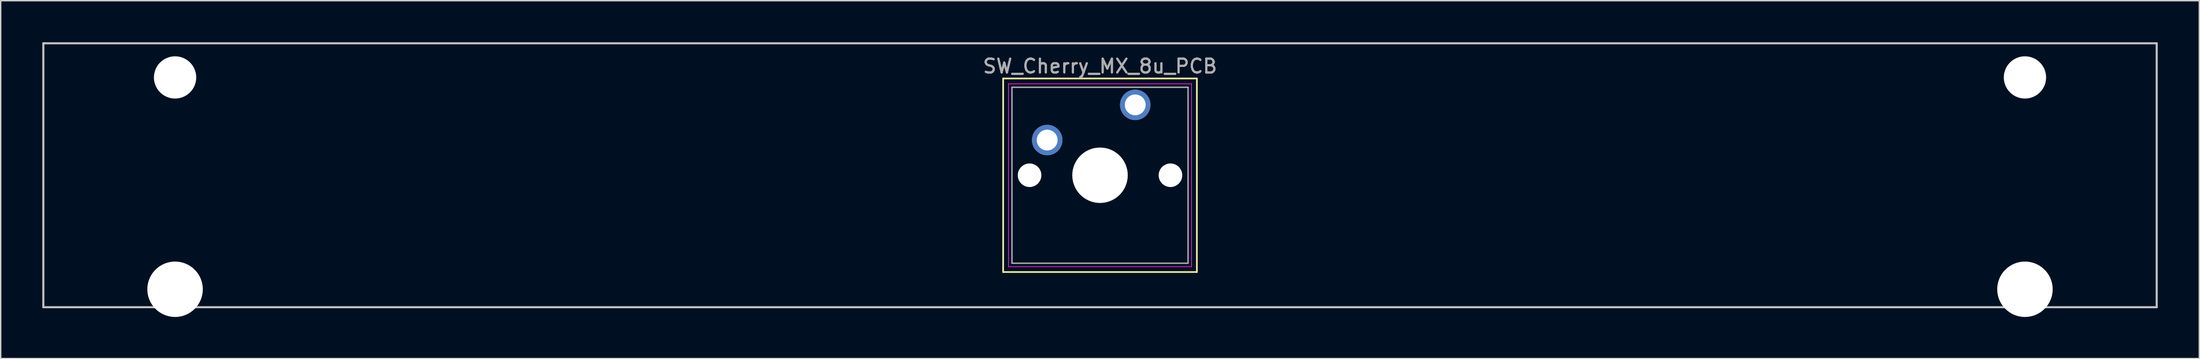
<source format=kicad_pcb>
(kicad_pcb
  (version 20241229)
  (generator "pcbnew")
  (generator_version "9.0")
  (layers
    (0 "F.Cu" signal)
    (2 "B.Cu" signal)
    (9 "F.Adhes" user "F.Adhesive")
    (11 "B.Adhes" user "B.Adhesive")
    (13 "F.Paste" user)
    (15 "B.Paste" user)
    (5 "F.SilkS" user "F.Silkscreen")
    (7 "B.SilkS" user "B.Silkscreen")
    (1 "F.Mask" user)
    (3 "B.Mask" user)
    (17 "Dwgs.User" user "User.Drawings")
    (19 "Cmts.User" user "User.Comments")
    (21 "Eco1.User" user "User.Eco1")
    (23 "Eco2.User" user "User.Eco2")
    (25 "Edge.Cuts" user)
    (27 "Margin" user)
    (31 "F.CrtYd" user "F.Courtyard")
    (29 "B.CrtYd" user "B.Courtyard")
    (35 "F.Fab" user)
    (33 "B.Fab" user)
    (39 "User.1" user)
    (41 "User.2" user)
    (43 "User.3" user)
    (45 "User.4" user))
  (footprint "SW_Cherry_MX_8u_PCB"
    (layer "F.Cu")
    (at 78.815 4.52)
    (property "Reference" "SW_Cherry_MX_8u_PCB" (at -2.54 -2.794 0) (layer "F.Fab") (effects (font (size 1 1) (thickness 0.15))))
    (attr through_hole)
    (fp_line (start -9.525 -1.905) (end 4.445 -1.905) (stroke (width 0.12) (type solid)) (layer "F.SilkS"))
    (fp_line (start -9.525 12.065) (end -9.525 -1.905) (stroke (width 0.12) (type solid)) (layer "F.SilkS"))
    (fp_line (start 4.445 -1.905) (end 4.445 12.065) (stroke (width 0.12) (type solid)) (layer "F.SilkS"))
    (fp_line (start 4.445 12.065) (end -9.525 12.065) (stroke (width 0.12) (type solid)) (layer "F.SilkS"))
    (fp_line (start -78.74 -4.445) (end 73.66 -4.445) (stroke (width 0.15) (type solid)) (layer "Dwgs.User"))
    (fp_line (start -78.74 14.605) (end -78.74 -4.445) (stroke (width 0.15) (type solid)) (layer "Dwgs.User"))
    (fp_line (start 73.66 -4.445) (end 73.66 14.605) (stroke (width 0.15) (type solid)) (layer "Dwgs.User"))
    (fp_line (start 73.66 14.605) (end -78.74 14.605) (stroke (width 0.15) (type solid)) (layer "Dwgs.User"))
    (fp_line (start -9.14 -1.52) (end 4.06 -1.52) (stroke (width 0.05) (type solid)) (layer "F.CrtYd"))
    (fp_line (start -9.14 11.68) (end -9.14 -1.52) (stroke (width 0.05) (type solid)) (layer "F.CrtYd"))
    (fp_line (start 4.06 -1.52) (end 4.06 11.68) (stroke (width 0.05) (type solid)) (layer "F.CrtYd"))
    (fp_line (start 4.06 11.68) (end -9.14 11.68) (stroke (width 0.05) (type solid)) (layer "F.CrtYd"))
    (fp_line (start -8.89 -1.27) (end 3.81 -1.27) (stroke (width 0.1) (type solid)) (layer "F.Fab"))
    (fp_line (start -8.89 11.43) (end -8.89 -1.27) (stroke (width 0.1) (type solid)) (layer "F.Fab"))
    (fp_line (start 3.81 -1.27) (end 3.81 11.43) (stroke (width 0.1) (type solid)) (layer "F.Fab"))
    (fp_line (start 3.81 11.43) (end -8.89 11.43) (stroke (width 0.1) (type solid)) (layer "F.Fab"))
    (fp_text user "${REFERENCE}" (at -2.54 -2.794 0) (layer "F.Fab") (effects (font (size 1 1) (thickness 0.15))))
    (pad "" np_thru_hole circle (at -69.24 -1.981) (size 3.05 3.05) (drill 3.05) (layers "*.Cu" "*.Mask"))
    (pad "" np_thru_hole circle (at -69.24 13.31) (size 4 4) (drill 4) (layers "*.Cu" "*.Mask"))
    (pad "" np_thru_hole circle (at -7.62 5.08) (size 1.7 1.7) (drill 1.7) (layers "*.Cu" "*.Mask"))
    (pad "" np_thru_hole circle (at -2.54 5.08) (size 4 4) (drill 4) (layers "*.Cu" "*.Mask"))
    (pad "" np_thru_hole circle (at 2.54 5.08) (size 1.7 1.7) (drill 1.7) (layers "*.Cu" "*.Mask"))
    (pad "" np_thru_hole circle (at 64.16 -1.981) (size 3.05 3.05) (drill 3.05) (layers "*.Cu" "*.Mask"))
    (pad "" np_thru_hole circle (at 64.16 13.31) (size 4 4) (drill 4) (layers "*.Cu" "*.Mask"))
    (pad "1" thru_hole circle (at 0 0) (size 2.2 2.2) (drill 1.5) (layers "*.Cu" "*.Mask"))
    (pad "2" thru_hole circle (at -6.35 2.54) (size 2.2 2.2) (drill 1.5) (layers "*.Cu" "*.Mask")))
  (gr_rect
    (start -3 -3)
    (end 155.55 22.83)
    (stroke (width 0.1) (type default))
    (fill no)
    (layer "Edge.Cuts")))
</source>
